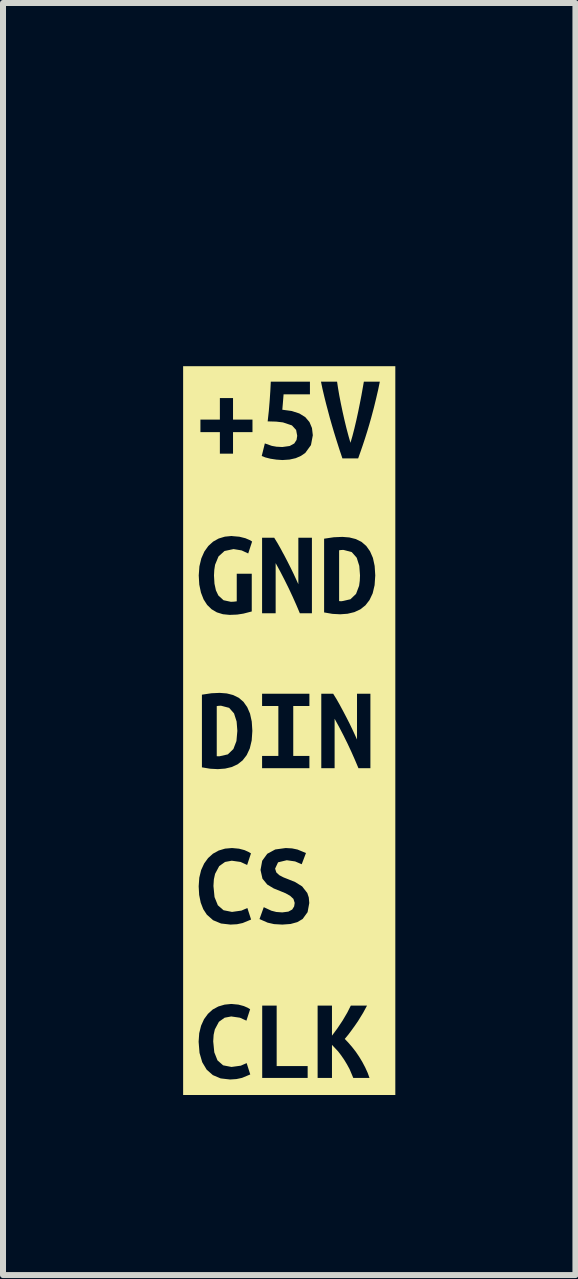
<source format=kicad_pcb>
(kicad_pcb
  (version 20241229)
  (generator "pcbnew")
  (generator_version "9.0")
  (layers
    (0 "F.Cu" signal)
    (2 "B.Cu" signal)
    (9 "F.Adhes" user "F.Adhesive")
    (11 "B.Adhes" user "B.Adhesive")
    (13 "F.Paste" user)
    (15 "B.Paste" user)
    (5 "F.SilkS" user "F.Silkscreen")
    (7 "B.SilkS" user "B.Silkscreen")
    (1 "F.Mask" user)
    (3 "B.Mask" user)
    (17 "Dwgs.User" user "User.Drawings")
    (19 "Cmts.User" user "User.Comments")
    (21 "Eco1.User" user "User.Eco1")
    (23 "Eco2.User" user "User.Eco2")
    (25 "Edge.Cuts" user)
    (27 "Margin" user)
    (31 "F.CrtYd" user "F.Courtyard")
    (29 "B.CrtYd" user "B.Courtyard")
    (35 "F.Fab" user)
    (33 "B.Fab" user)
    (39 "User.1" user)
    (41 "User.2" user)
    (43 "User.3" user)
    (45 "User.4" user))
  (footprint "kibuzzard-646134AD"
    (layer "F.Cu")
    (at 1.767 9.118)
    (property "Reference" "kibuzzard-646134AD" (at 0 -9.117 0) (layer "F.SilkS") (effects (font (size 0.001 0.001) (thickness 0.15))))
    (attr board_only exclude_from_pos_files exclude_from_bom)
    (fp_poly (pts (xy -1.207 0.426) (xy -1.185 0.428) (xy -1.163 0.428) (xy -1.022 0.396) (xy -0.93 0.307) (xy -0.879 0.174) (xy -0.864 0.005) (xy -0.876 -0.151) (xy -0.919 -0.286) (xy -1.001 -0.379) (xy -1.135 -0.414) (xy -1.171 -0.413) (xy -1.207 -0.408) (xy -1.207 0.426)) (stroke (width 0) (type solid)) (fill yes) (layer "F.SilkS"))
    (fp_poly (pts (xy 0.831 -2.157) (xy 0.854 -2.155) (xy 0.876 -2.155) (xy 1.019 -2.187) (xy 1.113 -2.277) (xy 1.164 -2.412) (xy 1.175 -2.494) (xy 1.179 -2.584) (xy 1.167 -2.743) (xy 1.124 -2.879) (xy 1.041 -2.973) (xy 0.905 -3.009) (xy 0.868 -3.008) (xy 0.831 -3.003) (xy 0.831 -2.157)) (stroke (width 0) (type solid)) (fill yes) (layer "F.SilkS"))
    (fp_poly (pts (xy -1.509 -6.069) (xy -1.767 -6.069) (xy -1.767 6.069) (xy -1.509 6.069) (xy -0.985 6.069) (xy -0.985 5.811) (xy -1.142 5.793) (xy -1.272 5.738) (xy -1.375 5.647) (xy -1.449 5.523) (xy -1.494 5.368) (xy -1.509 5.182) (xy -1.499 5.04) (xy -1.468 4.915) (xy -1.419 4.807) (xy -1.354 4.718) (xy -1.275 4.646) (xy -1.181 4.595) (xy -1.076 4.564) (xy -0.977 4.554) (xy -0.977 3.231) (xy -1.136 3.213) (xy -1.268 3.158) (xy -1.372 3.066) (xy -1.432 2.974) (xy -1.474 2.865) (xy -1.5 2.738) (xy -1.508 2.594) (xy -1.498 2.45) (xy -1.467 2.323) (xy -1.417 2.214) (xy -1.351 2.123) (xy -1.27 2.05) (xy -1.189 2.006) (xy -1.189 0.642) (xy -1.318 0.635) (xy -1.454 0.612) (xy -1.454 -0.598) (xy -1.295 -0.622) (xy -1.157 -0.628) (xy -1.04 -0.619) (xy -0.992 -0.607) (xy -0.992 -1.927) (xy -1.104 -1.938) (xy -1.205 -1.969) (xy -1.293 -2.021) (xy -1.367 -2.093) (xy -1.426 -2.185) (xy -1.47 -2.298) (xy -1.498 -2.431) (xy -1.507 -2.584) (xy -1.496 -2.735) (xy -1.464 -2.868) (xy -1.414 -2.981) (xy -1.348 -3.074) (xy -1.268 -3.147) (xy -1.175 -3.199) (xy -1.072 -3.23) (xy -0.962 -3.241) (xy -0.936 -3.238) (xy -0.936 -4.612) (xy -1.155 -4.612) (xy -1.155 -4.971) (xy -1.479 -4.971) (xy -1.479 -5.179) (xy -1.155 -5.179) (xy -1.155 -5.538) (xy -0.936 -5.538) (xy -0.936 -5.179) (xy -0.612 -5.179) (xy -0.612 -4.971) (xy -0.936 -4.971) (xy -0.936 -4.612) (xy -0.936 -3.238) (xy -0.831 -3.229) (xy -0.73 -3.204) (xy -0.66 -3.174) (xy -0.618 -3.149) (xy -0.683 -2.95) (xy -0.793 -3.001) (xy -0.927 -3.023) (xy -1.078 -2.991) (xy -1.178 -2.9) (xy -1.235 -2.762) (xy -1.248 -2.677) (xy -1.253 -2.584) (xy -1.245 -2.447) (xy -1.221 -2.336) (xy -1.181 -2.251) (xy -1.094 -2.171) (xy -0.972 -2.145) (xy -0.923 -2.147) (xy -0.874 -2.153) (xy -0.874 -2.612) (xy -0.624 -2.612) (xy -0.624 -1.984) (xy -0.764 -1.948) (xy -0.868 -1.932) (xy -0.992 -1.927) (xy -0.992 -0.607) (xy -0.934 -0.592) (xy -0.84 -0.546) (xy -0.762 -0.479) (xy -0.7 -0.391) (xy -0.653 -0.283) (xy -0.624 -0.151) (xy -0.614 0.005) (xy -0.625 0.164) (xy -0.657 0.298) (xy -0.708 0.408) (xy -0.776 0.496) (xy -0.86 0.562) (xy -0.958 0.607) (xy -1.068 0.633) (xy -1.189 0.642) (xy -1.189 2.006) (xy -1.176 1.998) (xy -1.069 1.966) (xy -0.953 1.956) (xy -0.836 1.967) (xy -0.744 1.991) (xy -0.678 2.021) (xy -0.637 2.045) (xy -0.701 2.238) (xy -0.81 2.188) (xy -0.957 2.167) (xy -1.069 2.188) (xy -1.166 2.257) (xy -1.235 2.386) (xy -1.255 2.477) (xy -1.262 2.588) (xy -1.244 2.773) (xy -1.189 2.909) (xy -1.094 2.992) (xy -0.953 3.02) (xy -0.796 2.998) (xy -0.697 2.955) (xy -0.635 3.147) (xy -0.775 3.205) (xy -0.869 3.225) (xy -0.977 3.231) (xy -0.977 4.554) (xy -0.962 4.553) (xy -0.846 4.564) (xy -0.756 4.588) (xy -0.69 4.617) (xy -0.651 4.641) (xy -0.713 4.831) (xy -0.821 4.782) (xy -0.966 4.761) (xy -1.076 4.782) (xy -1.171 4.85) (xy -1.239 4.977) (xy -1.259 5.067) (xy -1.266 5.176) (xy -1.248 5.358) (xy -1.195 5.492) (xy -1.101 5.575) (xy -0.962 5.602) (xy -0.807 5.581) (xy -0.709 5.538) (xy -0.649 5.727) (xy -0.786 5.784) (xy -0.879 5.804) (xy -0.985 5.811) (xy -0.985 6.069) (xy 0.307 6.069) (xy 0.307 5.785) (xy -0.45 5.785) (xy -0.45 4.58) (xy -0.209 4.58) (xy -0.209 5.587) (xy -0.116 5.587) (xy -0.116 3.231) (xy -0.253 3.223) (xy -0.359 3.199) (xy -0.495 3.139) (xy -0.424 2.941) (xy -0.297 3) (xy -0.215 3.021) (xy -0.116 3.028) (xy -0.014 3.015) (xy 0.05 2.98) (xy 0.082 2.928) (xy 0.091 2.87) (xy 0.07 2.803) (xy 0.014 2.751) (xy -0.061 2.709) (xy -0.144 2.675) (xy -0.258 2.629) (xy -0.366 2.564) (xy -0.446 2.466) (xy -0.478 2.321) (xy -0.452 2.179) (xy -0.452 0.626) (xy -0.452 0.422) (xy -0.181 0.422) (xy -0.181 -0.41) (xy -0.452 -0.41) (xy -0.452 -0.614) (xy 0.177 -0.614) (xy 0.177 -1.954) (xy 0.118 -2.093) (xy 0.056 -2.232) (xy -0.009 -2.371) (xy -0.078 -2.51) (xy -0.15 -2.65) (xy -0.226 -2.789) (xy -0.226 -1.954) (xy -0.452 -1.954) (xy -0.452 -3.212) (xy -0.25 -3.212) (xy -0.193 -3.119) (xy -0.136 -3.018) (xy -0.113 -2.974) (xy -0.113 -4.506) (xy -0.214 -4.513) (xy -0.313 -4.528) (xy -0.399 -4.55) (xy -0.458 -4.573) (xy -0.406 -4.783) (xy -0.29 -4.742) (xy -0.212 -4.728) (xy -0.115 -4.723) (xy 0.008 -4.74) (xy 0.084 -4.782) (xy 0.122 -4.841) (xy 0.133 -4.909) (xy 0.115 -5.007) (xy 0.045 -5.083) (xy -0.105 -5.133) (xy -0.217 -5.146) (xy -0.359 -5.15) (xy -0.34 -5.322) (xy -0.326 -5.49) (xy -0.315 -5.653) (xy -0.307 -5.811) (xy 0.345 -5.811) (xy 0.345 -5.6) (xy -0.094 -5.6) (xy -0.105 -5.462) (xy -0.115 -5.344) (xy 0.041 -5.323) (xy 0.168 -5.282) (xy 0.267 -5.221) (xy 0.337 -5.139) (xy 0.379 -5.039) (xy 0.393 -4.919) (xy 0.362 -4.755) (xy 0.267 -4.624) (xy 0.195 -4.575) (xy 0.108 -4.537) (xy 0.005 -4.514) (xy -0.113 -4.506) (xy -0.113 -2.974) (xy -0.08 -2.914) (xy -0.026 -2.81) (xy 0.026 -2.707) (xy 0.074 -2.608) (xy 0.116 -2.517) (xy 0.152 -2.438) (xy 0.152 -3.212) (xy 0.378 -3.212) (xy 0.378 -1.954) (xy 0.177 -1.954) (xy 0.177 -0.614) (xy 0.336 -0.614) (xy 0.336 -0.41) (xy 0.067 -0.41) (xy 0.067 0.422) (xy 0.336 0.422) (xy 0.336 0.626) (xy -0.452 0.626) (xy -0.452 2.179) (xy -0.45 2.168) (xy -0.366 2.052) (xy -0.233 1.98) (xy -0.059 1.956) (xy 0.047 1.962) (xy 0.138 1.981) (xy 0.279 2.039) (xy 0.208 2.226) (xy 0.098 2.179) (xy -0.041 2.159) (xy -0.186 2.194) (xy -0.235 2.299) (xy -0.215 2.362) (xy -0.164 2.409) (xy -0.095 2.445) (xy -0.019 2.475) (xy 0.1 2.523) (xy 0.215 2.595) (xy 0.301 2.705) (xy 0.326 2.78) (xy 0.334 2.872) (xy 0.306 3.024) (xy 0.223 3.138) (xy 0.135 3.19) (xy 0.022 3.221) (xy -0.116 3.231) (xy -0.116 5.587) (xy 0.307 5.587) (xy 0.307 5.785) (xy 0.307 6.069) (xy 1.067 6.069) (xy 1.067 5.785) (xy 1.005 5.638) (xy 0.963 5.561) (xy 0.917 5.485) (xy 0.867 5.412) (xy 0.815 5.344) (xy 0.712 5.234) (xy 0.712 5.785) (xy 0.473 5.785) (xy 0.473 4.58) (xy 0.712 4.58) (xy 0.712 5.081) (xy 0.802 4.96) (xy 0.89 4.828) (xy 0.967 4.697) (xy 1.026 4.58) (xy 1.153 4.58) (xy 1.153 0.626) (xy 1.095 0.489) (xy 1.034 0.351) (xy 0.97 0.214) (xy 0.902 0.077) (xy 0.831 -0.06) (xy 0.756 -0.197) (xy 0.756 0.626) (xy 0.534 0.626) (xy 0.534 -0.614) (xy 0.732 -0.614) (xy 0.789 -0.522) (xy 0.845 -0.423) (xy 0.85 -0.413) (xy 0.85 -1.937) (xy 0.719 -1.944) (xy 0.581 -1.968) (xy 0.581 -3.196) (xy 0.742 -3.22) (xy 0.882 -3.226) (xy 0.886 -3.226) (xy 0.886 -4.533) (xy 0.835 -4.685) (xy 0.781 -4.855) (xy 0.744 -4.975) (xy 0.709 -5.094) (xy 0.675 -5.213) (xy 0.644 -5.33) (xy 0.614 -5.443) (xy 0.587 -5.551) (xy 0.553 -5.695) (xy 0.529 -5.811) (xy 0.797 -5.811) (xy 0.813 -5.704) (xy 0.834 -5.581) (xy 0.86 -5.448) (xy 0.889 -5.31) (xy 0.92 -5.172) (xy 0.953 -5.036) (xy 0.987 -4.908) (xy 1.02 -4.793) (xy 1.053 -4.906) (xy 1.086 -5.034) (xy 1.118 -5.17) (xy 1.148 -5.308) (xy 1.176 -5.446) (xy 1.202 -5.58) (xy 1.224 -5.703) (xy 1.243 -5.811) (xy 1.509 -5.811) (xy 1.482 -5.68) (xy 1.448 -5.534) (xy 1.41 -5.378) (xy 1.366 -5.213) (xy 1.334 -5.1) (xy 1.3 -4.986) (xy 1.264 -4.871) (xy 1.226 -4.756) (xy 1.187 -4.643) (xy 1.148 -4.533) (xy 0.886 -4.533) (xy 0.886 -3.226) (xy 1.001 -3.217) (xy 1.109 -3.19) (xy 1.204 -3.143) (xy 1.283 -3.075) (xy 1.346 -2.986) (xy 1.394 -2.876) (xy 1.423 -2.742) (xy 1.433 -2.584) (xy 1.422 -2.422) (xy 1.39 -2.286) (xy 1.337 -2.174) (xy 1.269 -2.086) (xy 1.184 -2.019) (xy 1.085 -1.973) (xy 0.972 -1.946) (xy 0.85 -1.937) (xy 0.85 -0.413) (xy 0.9 -0.32) (xy 0.954 -0.217) (xy 1.005 -0.117) (xy 1.052 -0.019) (xy 1.094 0.071) (xy 1.129 0.149) (xy 1.129 -0.614) (xy 1.352 -0.614) (xy 1.352 0.626) (xy 1.153 0.626) (xy 1.153 4.58) (xy 1.296 4.58) (xy 1.231 4.7) (xy 1.145 4.84) (xy 1.094 4.914) (xy 1.04 4.989) (xy 0.984 5.064) (xy 0.925 5.135) (xy 0.985 5.198) (xy 1.047 5.27) (xy 1.108 5.348) (xy 1.165 5.432) (xy 1.218 5.52) (xy 1.265 5.609) (xy 1.306 5.699) (xy 1.337 5.785) (xy 1.067 5.785) (xy 1.067 6.069) (xy 1.509 6.069) (xy 1.767 6.069) (xy 1.767 -6.069) (xy 1.509 -6.069) (xy -1.509 -6.069)) (stroke (width 0) (type solid)) (fill yes) (layer "F.SilkS")))
  (gr_rect
    (start -3 -3)
    (end 6.534 18.186)
    (stroke (width 0.1) (type default))
    (fill no)
    (layer "Edge.Cuts")))
</source>
